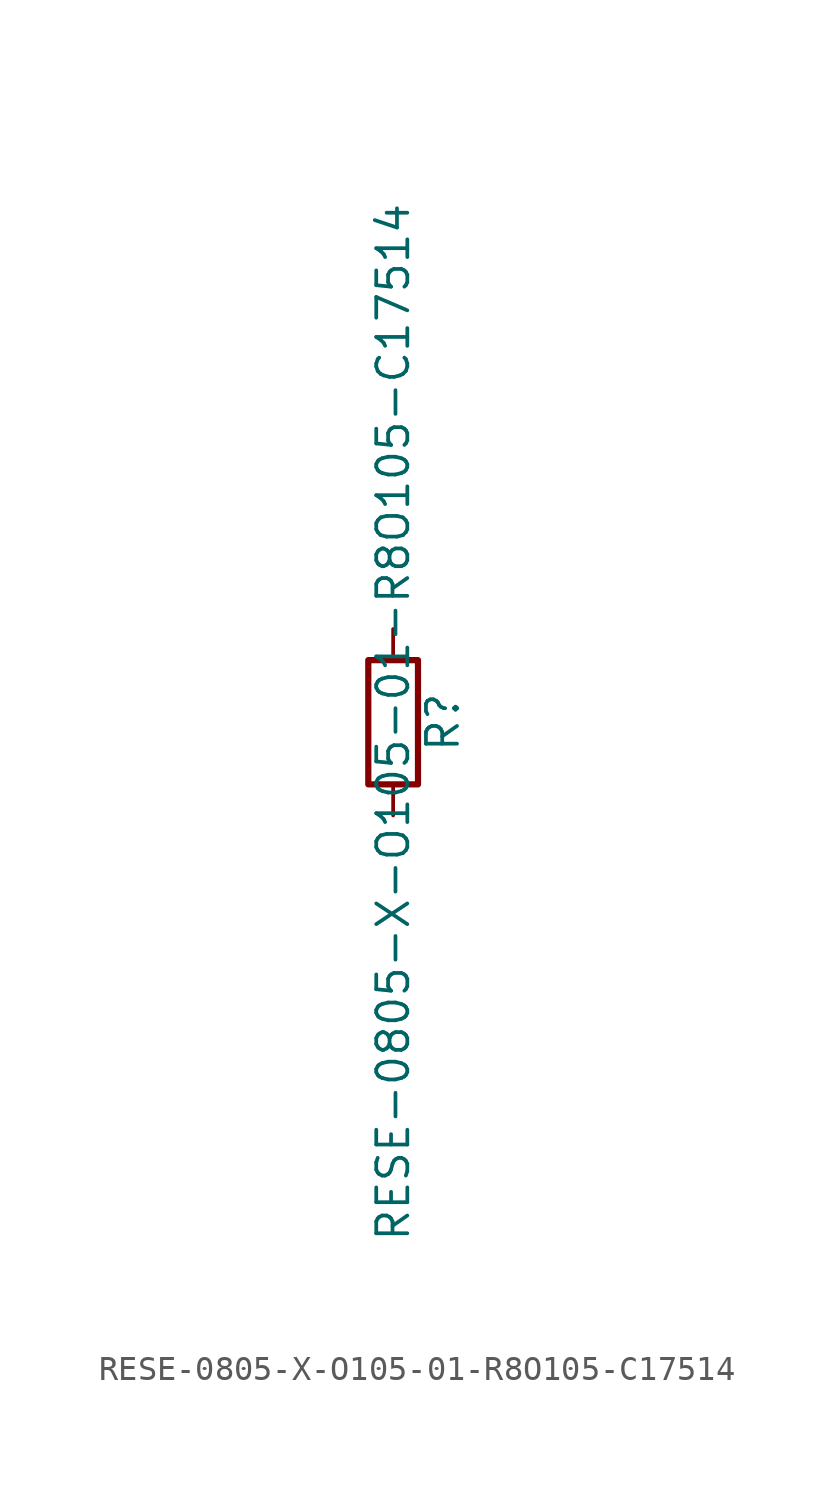
<source format=kicad_sym>
(kicad_symbol_lib
  (version 20211014)
  (generator kicad_symbol_editor)
  (symbol "RESE-0805-X-O105-01-R8O105-C17514"
    (pin_numbers hide)
    (pin_names
      (offset 0))
    (property "Reference" "R"
      (at 2.032 0 90)
      (effects (font (size 1.27 1.27))))
    (property "Value" "RESE-0805-X-O105-01-R8O105-C17514"
      (at 0 0 90)
      (effects (font (size 1.27 1.27))))
    (symbol "RESE-0805-X-O105-01-R8O105-C17514_0_1"
      (rectangle (start -1.016 -2.54) (end 1.016 2.54) (stroke (width 0.254) (type default) (color 0 0 0 0)) (fill (type none))))
    (symbol "RESE-0805-X-O105-01-R8O105-C17514_1_1"
      (pin passive line (at 0 3.81 270) (length 1.27) (name "~" (effects (font (size 1.27 1.27)))) (number "1" (effects (font (size 1.27 1.27)))))
      (pin passive line (at 0 -3.81 90) (length 1.27) (name "~" (effects (font (size 1.27 1.27)))) (number "2" (effects (font (size 1.27 1.27))))))))
</source>
